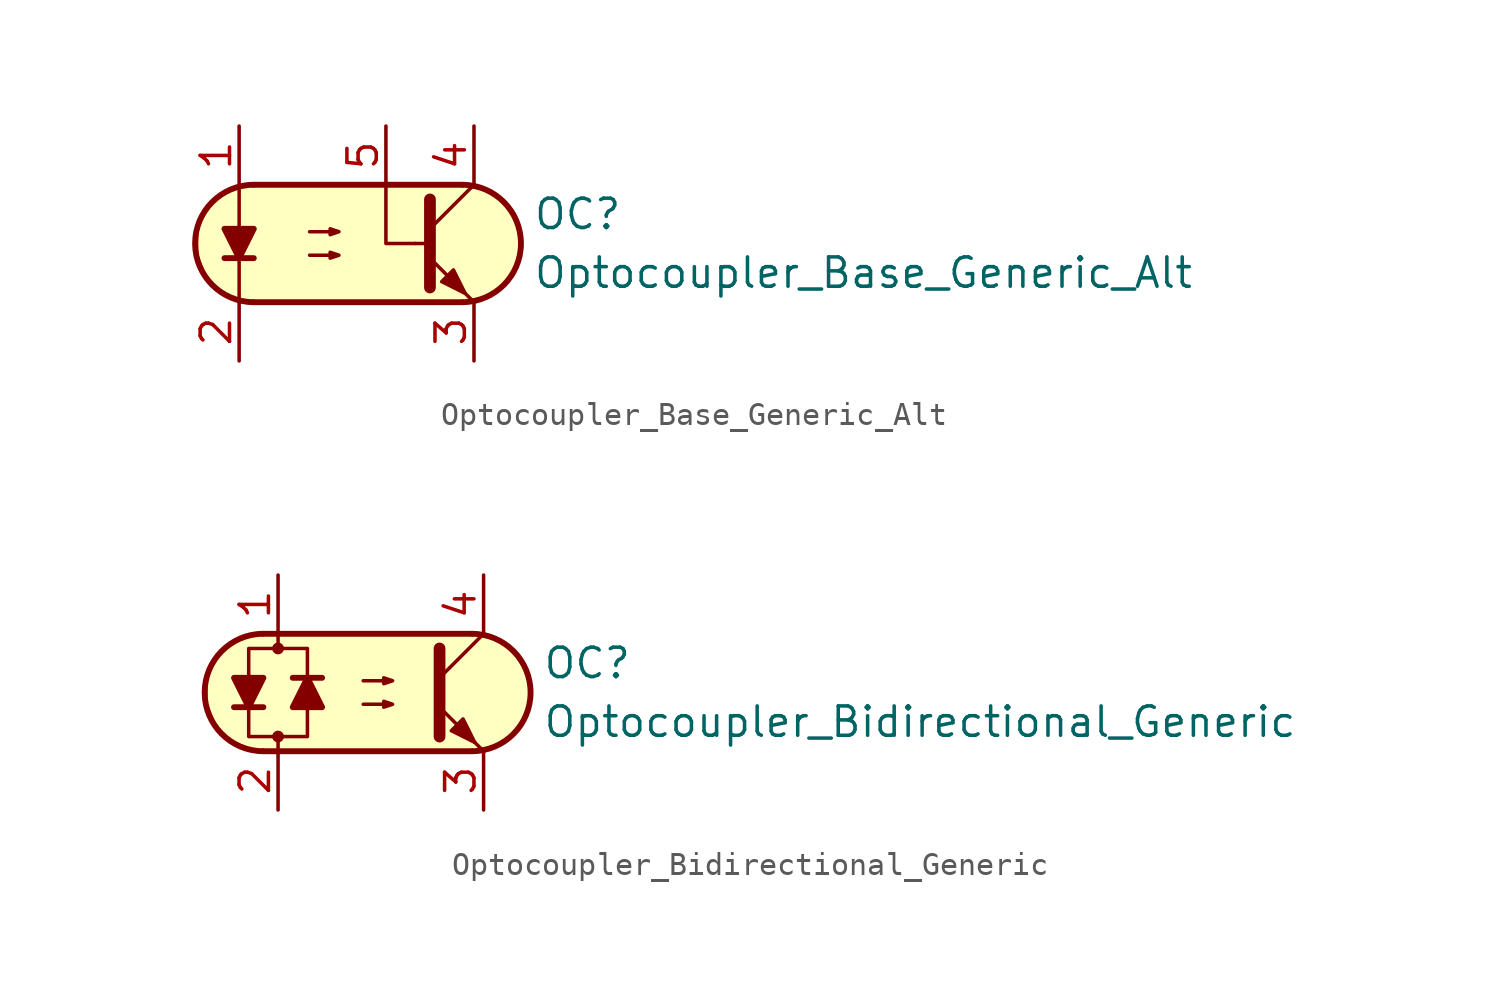
<source format=kicad_sym>
(kicad_symbol_lib
  (version 20211014)
  (generator kicad_symbol_editor)
  (symbol "Optocoupler_Base_Generic_Alt"
    (pin_names
      (offset 1.016))
    (property "Reference" "OC"
      (at 7.62 1.27 0)
      (effects (font (size 1.27 1.27)) (justify left)))
    (property "Value" "Optocoupler_Base_Generic_Alt"
      (at 7.62 -1.27 0)
      (effects (font (size 1.27 1.27)) (justify left)))
    (symbol "Optocoupler_Base_Generic_Alt_0_1"
      (arc (start -4.4675 2.54) (mid -6.9851 0) (end -4.4675 -2.54) (stroke (width 0.254) (type default) (color 0 0 0 0)) (fill (type none)))
      (polyline (pts (xy -5.715 -0.635) (xy -4.445 -0.635)) (stroke (width 0.254) (type default) (color 0 0 0 0)) (fill (type none)))
      (polyline (pts (xy -4.445 2.54) (xy 4.572 2.54)) (stroke (width 0.254) (type default) (color 0 0 0 0)) (fill (type none)))
      (polyline (pts (xy 2.54 0) (xy 3.048 0)) (stroke (width 0.152) (type default) (color 0 0 0 0)) (fill (type none)))
      (polyline (pts (xy 3.175 0.635) (xy 5.08 2.54)) (stroke (width 0) (type default) (color 0 0 0 0)) (fill (type none)))
      (polyline (pts (xy 4.572 -2.54) (xy -4.445 -2.54)) (stroke (width 0.254) (type default) (color 0 0 0 0)) (fill (type none)))
      (polyline (pts (xy 5.08 -2.54) (xy 3.175 -0.635)) (stroke (width 0) (type default) (color 0 0 0 0)) (fill (type outline)))
      (polyline (pts (xy -5.08 -2.54) (xy -5.08 -1.27) (xy -5.08 2.54)) (stroke (width 0.152) (type default) (color 0 0 0 0)) (fill (type none)))
      (polyline (pts (xy 2.54 0) (xy 1.27 0) (xy 1.27 2.54)) (stroke (width 0.152) (type default) (color 0 0 0 0)) (fill (type none)))
      (polyline (pts (xy 3.175 1.905) (xy 3.175 -1.905) (xy 3.175 -1.905)) (stroke (width 0.508) (type default) (color 0 0 0 0)) (fill (type none)))
      (polyline (pts (xy -5.08 -0.635) (xy -5.715 0.635) (xy -4.445 0.635) (xy -5.08 -0.635)) (stroke (width 0.254) (type default) (color 0 0 0 0)) (fill (type outline)))
      (polyline (pts (xy -2.032 -0.508) (xy -0.762 -0.508) (xy -1.143 -0.635) (xy -1.143 -0.381) (xy -0.762 -0.508)) (stroke (width 0) (type default) (color 0 0 0 0)) (fill (type none)))
      (polyline (pts (xy -2.032 0.508) (xy -0.762 0.508) (xy -1.143 0.381) (xy -1.143 0.635) (xy -0.762 0.508)) (stroke (width 0) (type default) (color 0 0 0 0)) (fill (type none)))
      (polyline (pts (xy 3.683 -1.651) (xy 4.191 -1.143) (xy 4.699 -2.159) (xy 3.683 -1.651) (xy 3.683 -1.651)) (stroke (width 0) (type default) (color 0 0 0 0)) (fill (type outline)))
      (polyline (pts (xy -3.81 2.54) (xy 4.826 2.54) (xy 5.334 2.413) (xy 5.969 2.159) (xy 6.604 1.524) (xy 6.985 0.762) (xy 7.112 0) (xy 6.985 -0.889) (xy 6.477 -1.651) (xy 5.969 -2.159) (xy 5.334 -2.413) (xy 4.699 -2.54) (xy -5.08 -2.54) (xy -5.08 -2.54) (xy -5.842 -2.032) (xy -6.35 -1.778) (xy -6.858 -0.508) (xy -6.858 0.254) (xy -6.858 1.016) (xy -6.35 1.778) (xy -5.588 2.286) (xy -4.826 2.54) (xy -3.81 2.54)) (stroke (width 0.01) (type default) (color 0 0 0 0)) (fill (type background)))
      (arc (start 4.5945 -2.54) (mid 7.1121 0) (end 4.5945 2.54) (stroke (width 0.254) (type default) (color 0 0 0 0)) (fill (type none))))
    (symbol "Optocoupler_Base_Generic_Alt_1_1"
      (pin passive line (at -5.08 5.08 270) (length 2.54) (name "~" (effects (font (size 1.27 1.27)))) (number "1" (effects (font (size 1.27 1.27)))))
      (pin passive line (at -5.08 -5.08 90) (length 2.54) (name "~" (effects (font (size 1.27 1.27)))) (number "2" (effects (font (size 1.27 1.27)))))
      (pin passive line (at 5.08 -5.08 90) (length 2.54) (name "~" (effects (font (size 1.27 1.27)))) (number "3" (effects (font (size 1.27 1.27)))))
      (pin passive line (at 5.08 5.08 270) (length 2.54) (name "~" (effects (font (size 1.27 1.27)))) (number "4" (effects (font (size 1.27 1.27)))))
      (pin passive line (at 1.27 5.08 270) (length 2.54) (name "~" (effects (font (size 1.27 1.27)))) (number "5" (effects (font (size 1.27 1.27)))))))
  (symbol "Optocoupler_Bidirectional_Generic"
    (pin_names
      (offset 1.016))
    (property "Reference" "OC"
      (at 7.62 1.27 0)
      (effects (font (size 1.27 1.27)) (justify left)))
    (property "Value" "Optocoupler_Bidirectional_Generic"
      (at 7.62 -1.27 0)
      (effects (font (size 1.27 1.27)) (justify left)))
    (symbol "Optocoupler_Bidirectional_Generic_0_1"
      (arc (start -4.4675 2.54) (mid -6.9851 0) (end -4.4675 -2.54) (stroke (width 0.254) (type default) (color 0 0 0 0)) (fill (type none)))
      (circle (center -3.81 -1.905) (radius 0.178) (stroke (width 0) (type default) (color 0 0 0 0)) (fill (type outline)))
      (circle (center -3.81 1.905) (radius 0.178) (stroke (width 0) (type default) (color 0 0 0 0)) (fill (type outline)))
      (polyline (pts (xy -5.715 -0.635) (xy -4.445 -0.635)) (stroke (width 0.254) (type default) (color 0 0 0 0)) (fill (type none)))
      (polyline (pts (xy -4.445 2.54) (xy 4.572 2.54)) (stroke (width 0.254) (type default) (color 0 0 0 0)) (fill (type none)))
      (polyline (pts (xy -3.81 1.905) (xy -3.81 2.54)) (stroke (width 0.152) (type default) (color 0 0 0 0)) (fill (type none)))
      (polyline (pts (xy -1.905 0.635) (xy -3.175 0.635)) (stroke (width 0.254) (type default) (color 0 0 0 0)) (fill (type none)))
      (polyline (pts (xy 3.175 0.635) (xy 5.08 2.54)) (stroke (width 0) (type default) (color 0 0 0 0)) (fill (type none)))
      (polyline (pts (xy 4.572 -2.54) (xy -4.445 -2.54)) (stroke (width 0.254) (type default) (color 0 0 0 0)) (fill (type none)))
      (polyline (pts (xy 5.08 -2.54) (xy 3.175 -0.635)) (stroke (width 0) (type default) (color 0 0 0 0)) (fill (type outline)))
      (polyline (pts (xy 3.175 1.905) (xy 3.175 -1.905) (xy 3.175 -1.905)) (stroke (width 0.508) (type default) (color 0 0 0 0)) (fill (type none)))
      (polyline (pts (xy -5.08 -0.635) (xy -5.715 0.635) (xy -4.445 0.635) (xy -5.08 -0.635)) (stroke (width 0.254) (type default) (color 0 0 0 0)) (fill (type outline)))
      (polyline (pts (xy -2.54 0.635) (xy -1.905 -0.635) (xy -3.175 -0.635) (xy -2.54 0.635)) (stroke (width 0.254) (type default) (color 0 0 0 0)) (fill (type outline)))
      (polyline (pts (xy -0.127 -0.508) (xy 1.143 -0.508) (xy 0.762 -0.635) (xy 0.762 -0.381) (xy 1.143 -0.508)) (stroke (width 0) (type default) (color 0 0 0 0)) (fill (type none)))
      (polyline (pts (xy -0.127 0.508) (xy 1.143 0.508) (xy 0.762 0.381) (xy 0.762 0.635) (xy 1.143 0.508)) (stroke (width 0) (type default) (color 0 0 0 0)) (fill (type none)))
      (polyline (pts (xy 3.683 -1.651) (xy 4.191 -1.143) (xy 4.699 -2.159) (xy 3.683 -1.651) (xy 3.683 -1.651)) (stroke (width 0) (type default) (color 0 0 0 0)) (fill (type outline)))
      (polyline (pts (xy -3.81 -2.54) (xy -3.81 -1.905) (xy -5.08 -1.905) (xy -5.08 1.905) (xy -2.54 1.905) (xy -2.54 -1.905) (xy -3.81 -1.905)) (stroke (width 0.152) (type default) (color 0 0 0 0)) (fill (type none)))
      (polyline (pts (xy -3.81 2.54) (xy 4.826 2.54) (xy 5.334 2.413) (xy 5.969 2.159) (xy 6.604 1.524) (xy 6.985 0.762) (xy 7.112 0) (xy 6.985 -0.889) (xy 6.477 -1.651) (xy 5.969 -2.159) (xy 5.334 -2.413) (xy 4.699 -2.54) (xy -5.08 -2.54) (xy -5.08 -2.54) (xy -5.842 -2.032) (xy -6.35 -1.778) (xy -6.858 -0.508) (xy -6.858 0.254) (xy -6.858 1.016) (xy -6.35 1.778) (xy -5.588 2.286) (xy -4.826 2.54) (xy -3.81 2.54)) (stroke (width 0.01) (type default) (color 0 0 0 0)) (fill (type background)))
      (arc (start 4.5945 -2.54) (mid 7.1121 0) (end 4.5945 2.54) (stroke (width 0.254) (type default) (color 0 0 0 0)) (fill (type none))))
    (symbol "Optocoupler_Bidirectional_Generic_1_1"
      (pin passive line (at -3.81 5.08 270) (length 2.54) (name "~" (effects (font (size 1.27 1.27)))) (number "1" (effects (font (size 1.27 1.27)))))
      (pin passive line (at -3.81 -5.08 90) (length 2.54) (name "~" (effects (font (size 1.27 1.27)))) (number "2" (effects (font (size 1.27 1.27)))))
      (pin passive line (at 5.08 -5.08 90) (length 2.54) (name "~" (effects (font (size 1.27 1.27)))) (number "3" (effects (font (size 1.27 1.27)))))
      (pin passive line (at 5.08 5.08 270) (length 2.54) (name "~" (effects (font (size 1.27 1.27)))) (number "4" (effects (font (size 1.27 1.27))))))))
</source>
